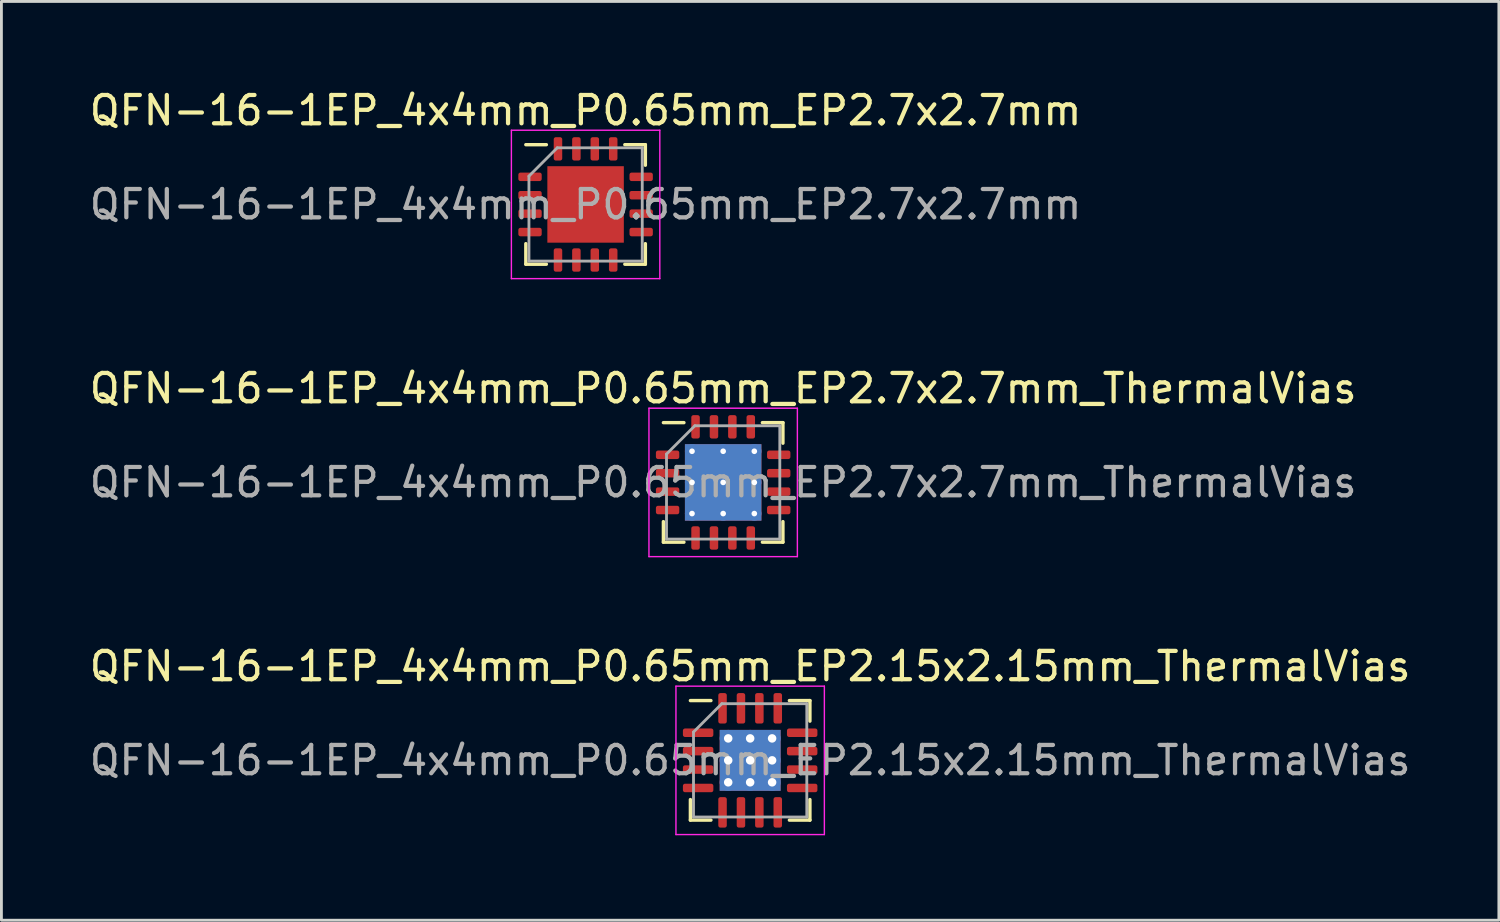
<source format=kicad_pcb>
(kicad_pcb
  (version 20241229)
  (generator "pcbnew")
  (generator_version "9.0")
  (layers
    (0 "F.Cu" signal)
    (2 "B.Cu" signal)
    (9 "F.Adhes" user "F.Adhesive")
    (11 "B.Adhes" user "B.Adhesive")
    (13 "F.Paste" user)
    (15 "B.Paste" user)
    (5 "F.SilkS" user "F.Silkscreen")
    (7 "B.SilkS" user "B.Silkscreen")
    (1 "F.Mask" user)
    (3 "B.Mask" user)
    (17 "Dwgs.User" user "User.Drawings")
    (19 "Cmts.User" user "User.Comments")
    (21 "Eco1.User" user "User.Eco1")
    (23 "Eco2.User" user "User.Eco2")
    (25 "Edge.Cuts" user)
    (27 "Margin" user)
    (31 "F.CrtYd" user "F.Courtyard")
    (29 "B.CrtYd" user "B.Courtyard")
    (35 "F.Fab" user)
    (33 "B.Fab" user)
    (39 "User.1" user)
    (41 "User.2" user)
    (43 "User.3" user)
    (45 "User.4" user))
  (footprint "QFN-16-1EP_4x4mm_P0.65mm_EP2.7x2.7mm_ThermalVias"
    (layer "F.Cu")
    (at 22.482 13.982)
    (property "Reference" "QFN-16-1EP_4x4mm_P0.65mm_EP2.7x2.7mm_ThermalVias" (at 0 -3.32 0) (layer "F.SilkS") (effects (font (size 1 1) (thickness 0.15))))
    (attr smd)
    (fp_line (start -2.11 2.11) (end -2.11 1.385) (stroke (width 0.12) (type solid)) (layer "F.SilkS"))
    (fp_line (start -1.385 -2.11) (end -2.11 -2.11) (stroke (width 0.12) (type solid)) (layer "F.SilkS"))
    (fp_line (start -1.385 2.11) (end -2.11 2.11) (stroke (width 0.12) (type solid)) (layer "F.SilkS"))
    (fp_line (start 1.385 -2.11) (end 2.11 -2.11) (stroke (width 0.12) (type solid)) (layer "F.SilkS"))
    (fp_line (start 1.385 2.11) (end 2.11 2.11) (stroke (width 0.12) (type solid)) (layer "F.SilkS"))
    (fp_line (start 2.11 -2.11) (end 2.11 -1.385) (stroke (width 0.12) (type solid)) (layer "F.SilkS"))
    (fp_line (start 2.11 2.11) (end 2.11 1.385) (stroke (width 0.12) (type solid)) (layer "F.SilkS"))
    (fp_line (start -2.62 -2.62) (end -2.62 2.62) (stroke (width 0.05) (type solid)) (layer "F.CrtYd"))
    (fp_line (start -2.62 2.62) (end 2.62 2.62) (stroke (width 0.05) (type solid)) (layer "F.CrtYd"))
    (fp_line (start 2.62 -2.62) (end -2.62 -2.62) (stroke (width 0.05) (type solid)) (layer "F.CrtYd"))
    (fp_line (start 2.62 2.62) (end 2.62 -2.62) (stroke (width 0.05) (type solid)) (layer "F.CrtYd"))
    (fp_line (start -2 -1) (end -1 -2) (stroke (width 0.1) (type solid)) (layer "F.Fab"))
    (fp_line (start -2 2) (end -2 -1) (stroke (width 0.1) (type solid)) (layer "F.Fab"))
    (fp_line (start -1 -2) (end 2 -2) (stroke (width 0.1) (type solid)) (layer "F.Fab"))
    (fp_line (start 2 -2) (end 2 2) (stroke (width 0.1) (type solid)) (layer "F.Fab"))
    (fp_line (start 2 2) (end -2 2) (stroke (width 0.1) (type solid)) (layer "F.Fab"))
    (fp_text user "${REFERENCE}" (at 0 0 0) (layer "F.Fab") (effects (font (size 1 1) (thickness 0.15))))
    (pad "" smd roundrect (at -0.675 -0.675) (size 1.17 1.17) (layers "F.Paste") (roundrect_rratio 0.214))
    (pad "" smd roundrect (at -0.675 0.675) (size 1.17 1.17) (layers "F.Paste") (roundrect_rratio 0.214))
    (pad "" smd roundrect (at 0.675 -0.675) (size 1.17 1.17) (layers "F.Paste") (roundrect_rratio 0.214))
    (pad "" smd roundrect (at 0.675 0.675) (size 1.17 1.17) (layers "F.Paste") (roundrect_rratio 0.214))
    (pad "1" smd roundrect (at -1.962 -0.975) (size 0.825 0.3) (layers "F.Cu" "F.Mask" "F.Paste") (roundrect_rratio 0.25))
    (pad "2" smd roundrect (at -1.962 -0.325) (size 0.825 0.3) (layers "F.Cu" "F.Mask" "F.Paste") (roundrect_rratio 0.25))
    (pad "3" smd roundrect (at -1.962 0.325) (size 0.825 0.3) (layers "F.Cu" "F.Mask" "F.Paste") (roundrect_rratio 0.25))
    (pad "4" smd roundrect (at -1.962 0.975) (size 0.825 0.3) (layers "F.Cu" "F.Mask" "F.Paste") (roundrect_rratio 0.25))
    (pad "5" smd roundrect (at -0.975 1.962) (size 0.3 0.825) (layers "F.Cu" "F.Mask" "F.Paste") (roundrect_rratio 0.25))
    (pad "6" smd roundrect (at -0.325 1.962) (size 0.3 0.825) (layers "F.Cu" "F.Mask" "F.Paste") (roundrect_rratio 0.25))
    (pad "7" smd roundrect (at 0.325 1.962) (size 0.3 0.825) (layers "F.Cu" "F.Mask" "F.Paste") (roundrect_rratio 0.25))
    (pad "8" smd roundrect (at 0.975 1.962) (size 0.3 0.825) (layers "F.Cu" "F.Mask" "F.Paste") (roundrect_rratio 0.25))
    (pad "9" smd roundrect (at 1.962 0.975) (size 0.825 0.3) (layers "F.Cu" "F.Mask" "F.Paste") (roundrect_rratio 0.25))
    (pad "10" smd roundrect (at 1.962 0.325) (size 0.825 0.3) (layers "F.Cu" "F.Mask" "F.Paste") (roundrect_rratio 0.25))
    (pad "11" smd roundrect (at 1.962 -0.325) (size 0.825 0.3) (layers "F.Cu" "F.Mask" "F.Paste") (roundrect_rratio 0.25))
    (pad "12" smd roundrect (at 1.962 -0.975) (size 0.825 0.3) (layers "F.Cu" "F.Mask" "F.Paste") (roundrect_rratio 0.25))
    (pad "13" smd roundrect (at 0.975 -1.962) (size 0.3 0.825) (layers "F.Cu" "F.Mask" "F.Paste") (roundrect_rratio 0.25))
    (pad "14" smd roundrect (at 0.325 -1.962) (size 0.3 0.825) (layers "F.Cu" "F.Mask" "F.Paste") (roundrect_rratio 0.25))
    (pad "15" smd roundrect (at -0.325 -1.962) (size 0.3 0.825) (layers "F.Cu" "F.Mask" "F.Paste") (roundrect_rratio 0.25))
    (pad "16" smd roundrect (at -0.975 -1.962) (size 0.3 0.825) (layers "F.Cu" "F.Mask" "F.Paste") (roundrect_rratio 0.25))
    (pad "17" thru_hole circle (at -1.1 -1.1) (size 0.5 0.5) (drill 0.2) (layers "*.Cu"))
    (pad "17" thru_hole circle (at -1.1 0) (size 0.5 0.5) (drill 0.2) (layers "*.Cu"))
    (pad "17" thru_hole circle (at -1.1 1.1) (size 0.5 0.5) (drill 0.2) (layers "*.Cu"))
    (pad "17" thru_hole circle (at 0 -1.1) (size 0.5 0.5) (drill 0.2) (layers "*.Cu"))
    (pad "17" thru_hole circle (at 0 0) (size 0.5 0.5) (drill 0.2) (layers "*.Cu"))
    (pad "17" smd rect (at 0 0) (size 2.7 2.7) (layers "F.Cu" "F.Mask"))
    (pad "17" smd rect (at 0 0) (size 2.7 2.7) (layers "B.Cu"))
    (pad "17" thru_hole circle (at 0 1.1) (size 0.5 0.5) (drill 0.2) (layers "*.Cu"))
    (pad "17" thru_hole circle (at 1.1 -1.1) (size 0.5 0.5) (drill 0.2) (layers "*.Cu"))
    (pad "17" thru_hole circle (at 1.1 0) (size 0.5 0.5) (drill 0.2) (layers "*.Cu"))
    (pad "17" thru_hole circle (at 1.1 1.1) (size 0.5 0.5) (drill 0.2) (layers "*.Cu")))
  (footprint "QFN-16-1EP_4x4mm_P0.65mm_EP2.7x2.7mm"
    (layer "F.Cu")
    (at 17.625 4.168)
    (property "Reference" "QFN-16-1EP_4x4mm_P0.65mm_EP2.7x2.7mm" (at 0 -3.32 0) (layer "F.SilkS") (effects (font (size 1 1) (thickness 0.15))))
    (attr smd)
    (fp_line (start -2.11 2.11) (end -2.11 1.385) (stroke (width 0.12) (type solid)) (layer "F.SilkS"))
    (fp_line (start -1.385 -2.11) (end -2.11 -2.11) (stroke (width 0.12) (type solid)) (layer "F.SilkS"))
    (fp_line (start -1.385 2.11) (end -2.11 2.11) (stroke (width 0.12) (type solid)) (layer "F.SilkS"))
    (fp_line (start 1.385 -2.11) (end 2.11 -2.11) (stroke (width 0.12) (type solid)) (layer "F.SilkS"))
    (fp_line (start 1.385 2.11) (end 2.11 2.11) (stroke (width 0.12) (type solid)) (layer "F.SilkS"))
    (fp_line (start 2.11 -2.11) (end 2.11 -1.385) (stroke (width 0.12) (type solid)) (layer "F.SilkS"))
    (fp_line (start 2.11 2.11) (end 2.11 1.385) (stroke (width 0.12) (type solid)) (layer "F.SilkS"))
    (fp_line (start -2.62 -2.62) (end -2.62 2.62) (stroke (width 0.05) (type solid)) (layer "F.CrtYd"))
    (fp_line (start -2.62 2.62) (end 2.62 2.62) (stroke (width 0.05) (type solid)) (layer "F.CrtYd"))
    (fp_line (start 2.62 -2.62) (end -2.62 -2.62) (stroke (width 0.05) (type solid)) (layer "F.CrtYd"))
    (fp_line (start 2.62 2.62) (end 2.62 -2.62) (stroke (width 0.05) (type solid)) (layer "F.CrtYd"))
    (fp_line (start -2 -1) (end -1 -2) (stroke (width 0.1) (type solid)) (layer "F.Fab"))
    (fp_line (start -2 2) (end -2 -1) (stroke (width 0.1) (type solid)) (layer "F.Fab"))
    (fp_line (start -1 -2) (end 2 -2) (stroke (width 0.1) (type solid)) (layer "F.Fab"))
    (fp_line (start 2 -2) (end 2 2) (stroke (width 0.1) (type solid)) (layer "F.Fab"))
    (fp_line (start 2 2) (end -2 2) (stroke (width 0.1) (type solid)) (layer "F.Fab"))
    (fp_text user "${REFERENCE}" (at 0 0 0) (layer "F.Fab") (effects (font (size 1 1) (thickness 0.15))))
    (pad "" smd roundrect (at -0.675 -0.675) (size 1.09 1.09) (layers "F.Paste") (roundrect_rratio 0.229))
    (pad "" smd roundrect (at -0.675 0.675) (size 1.09 1.09) (layers "F.Paste") (roundrect_rratio 0.229))
    (pad "" smd roundrect (at 0.675 -0.675) (size 1.09 1.09) (layers "F.Paste") (roundrect_rratio 0.229))
    (pad "" smd roundrect (at 0.675 0.675) (size 1.09 1.09) (layers "F.Paste") (roundrect_rratio 0.229))
    (pad "1" smd roundrect (at -1.962 -0.975) (size 0.825 0.3) (layers "F.Cu" "F.Mask" "F.Paste") (roundrect_rratio 0.25))
    (pad "2" smd roundrect (at -1.962 -0.325) (size 0.825 0.3) (layers "F.Cu" "F.Mask" "F.Paste") (roundrect_rratio 0.25))
    (pad "3" smd roundrect (at -1.962 0.325) (size 0.825 0.3) (layers "F.Cu" "F.Mask" "F.Paste") (roundrect_rratio 0.25))
    (pad "4" smd roundrect (at -1.962 0.975) (size 0.825 0.3) (layers "F.Cu" "F.Mask" "F.Paste") (roundrect_rratio 0.25))
    (pad "5" smd roundrect (at -0.975 1.962) (size 0.3 0.825) (layers "F.Cu" "F.Mask" "F.Paste") (roundrect_rratio 0.25))
    (pad "6" smd roundrect (at -0.325 1.962) (size 0.3 0.825) (layers "F.Cu" "F.Mask" "F.Paste") (roundrect_rratio 0.25))
    (pad "7" smd roundrect (at 0.325 1.962) (size 0.3 0.825) (layers "F.Cu" "F.Mask" "F.Paste") (roundrect_rratio 0.25))
    (pad "8" smd roundrect (at 0.975 1.962) (size 0.3 0.825) (layers "F.Cu" "F.Mask" "F.Paste") (roundrect_rratio 0.25))
    (pad "9" smd roundrect (at 1.962 0.975) (size 0.825 0.3) (layers "F.Cu" "F.Mask" "F.Paste") (roundrect_rratio 0.25))
    (pad "10" smd roundrect (at 1.962 0.325) (size 0.825 0.3) (layers "F.Cu" "F.Mask" "F.Paste") (roundrect_rratio 0.25))
    (pad "11" smd roundrect (at 1.962 -0.325) (size 0.825 0.3) (layers "F.Cu" "F.Mask" "F.Paste") (roundrect_rratio 0.25))
    (pad "12" smd roundrect (at 1.962 -0.975) (size 0.825 0.3) (layers "F.Cu" "F.Mask" "F.Paste") (roundrect_rratio 0.25))
    (pad "13" smd roundrect (at 0.975 -1.962) (size 0.3 0.825) (layers "F.Cu" "F.Mask" "F.Paste") (roundrect_rratio 0.25))
    (pad "14" smd roundrect (at 0.325 -1.962) (size 0.3 0.825) (layers "F.Cu" "F.Mask" "F.Paste") (roundrect_rratio 0.25))
    (pad "15" smd roundrect (at -0.325 -1.962) (size 0.3 0.825) (layers "F.Cu" "F.Mask" "F.Paste") (roundrect_rratio 0.25))
    (pad "16" smd roundrect (at -0.975 -1.962) (size 0.3 0.825) (layers "F.Cu" "F.Mask" "F.Paste") (roundrect_rratio 0.25))
    (pad "17" smd rect (at 0 0) (size 2.7 2.7) (layers "F.Cu" "F.Mask")))
  (footprint "QFN-16-1EP_4x4mm_P0.65mm_EP2.15x2.15mm_ThermalVias"
    (layer "F.Cu")
    (at 23.435 23.795)
    (property "Reference" "QFN-16-1EP_4x4mm_P0.65mm_EP2.15x2.15mm_ThermalVias" (at 0 -3.32 0) (layer "F.SilkS") (effects (font (size 1 1) (thickness 0.15))))
    (attr smd)
    (fp_line (start -2.11 2.11) (end -2.11 1.385) (stroke (width 0.12) (type solid)) (layer "F.SilkS"))
    (fp_line (start -1.385 -2.11) (end -2.11 -2.11) (stroke (width 0.12) (type solid)) (layer "F.SilkS"))
    (fp_line (start -1.385 2.11) (end -2.11 2.11) (stroke (width 0.12) (type solid)) (layer "F.SilkS"))
    (fp_line (start 1.385 -2.11) (end 2.11 -2.11) (stroke (width 0.12) (type solid)) (layer "F.SilkS"))
    (fp_line (start 1.385 2.11) (end 2.11 2.11) (stroke (width 0.12) (type solid)) (layer "F.SilkS"))
    (fp_line (start 2.11 -2.11) (end 2.11 -1.385) (stroke (width 0.12) (type solid)) (layer "F.SilkS"))
    (fp_line (start 2.11 2.11) (end 2.11 1.385) (stroke (width 0.12) (type solid)) (layer "F.SilkS"))
    (fp_line (start -2.62 -2.62) (end -2.62 2.62) (stroke (width 0.05) (type solid)) (layer "F.CrtYd"))
    (fp_line (start -2.62 2.62) (end 2.62 2.62) (stroke (width 0.05) (type solid)) (layer "F.CrtYd"))
    (fp_line (start 2.62 -2.62) (end -2.62 -2.62) (stroke (width 0.05) (type solid)) (layer "F.CrtYd"))
    (fp_line (start 2.62 2.62) (end 2.62 -2.62) (stroke (width 0.05) (type solid)) (layer "F.CrtYd"))
    (fp_line (start -2 -1) (end -1 -2) (stroke (width 0.1) (type solid)) (layer "F.Fab"))
    (fp_line (start -2 2) (end -2 -1) (stroke (width 0.1) (type solid)) (layer "F.Fab"))
    (fp_line (start -1 -2) (end 2 -2) (stroke (width 0.1) (type solid)) (layer "F.Fab"))
    (fp_line (start 2 -2) (end 2 2) (stroke (width 0.1) (type solid)) (layer "F.Fab"))
    (fp_line (start 2 2) (end -2 2) (stroke (width 0.1) (type solid)) (layer "F.Fab"))
    (fp_text user "${REFERENCE}" (at 0 0 0) (layer "F.Fab") (effects (font (size 1 1) (thickness 0.15))))
    (pad "" smd roundrect (at -0.54 -0.54) (size 0.93 0.93) (layers "F.Paste") (roundrect_rratio 0.25))
    (pad "" smd roundrect (at -0.54 0.54) (size 0.93 0.93) (layers "F.Paste") (roundrect_rratio 0.25))
    (pad "" smd roundrect (at 0.54 -0.54) (size 0.93 0.93) (layers "F.Paste") (roundrect_rratio 0.25))
    (pad "" smd roundrect (at 0.54 0.54) (size 0.93 0.93) (layers "F.Paste") (roundrect_rratio 0.25))
    (pad "1" smd roundrect (at -1.837 -0.975) (size 1.075 0.3) (layers "F.Cu" "F.Mask" "F.Paste") (roundrect_rratio 0.25))
    (pad "2" smd roundrect (at -1.837 -0.325) (size 1.075 0.3) (layers "F.Cu" "F.Mask" "F.Paste") (roundrect_rratio 0.25))
    (pad "3" smd roundrect (at -1.837 0.325) (size 1.075 0.3) (layers "F.Cu" "F.Mask" "F.Paste") (roundrect_rratio 0.25))
    (pad "4" smd roundrect (at -1.837 0.975) (size 1.075 0.3) (layers "F.Cu" "F.Mask" "F.Paste") (roundrect_rratio 0.25))
    (pad "5" smd roundrect (at -0.975 1.837) (size 0.3 1.075) (layers "F.Cu" "F.Mask" "F.Paste") (roundrect_rratio 0.25))
    (pad "6" smd roundrect (at -0.325 1.837) (size 0.3 1.075) (layers "F.Cu" "F.Mask" "F.Paste") (roundrect_rratio 0.25))
    (pad "7" smd roundrect (at 0.325 1.837) (size 0.3 1.075) (layers "F.Cu" "F.Mask" "F.Paste") (roundrect_rratio 0.25))
    (pad "8" smd roundrect (at 0.975 1.837) (size 0.3 1.075) (layers "F.Cu" "F.Mask" "F.Paste") (roundrect_rratio 0.25))
    (pad "9" smd roundrect (at 1.837 0.975) (size 1.075 0.3) (layers "F.Cu" "F.Mask" "F.Paste") (roundrect_rratio 0.25))
    (pad "10" smd roundrect (at 1.837 0.325) (size 1.075 0.3) (layers "F.Cu" "F.Mask" "F.Paste") (roundrect_rratio 0.25))
    (pad "11" smd roundrect (at 1.837 -0.325) (size 1.075 0.3) (layers "F.Cu" "F.Mask" "F.Paste") (roundrect_rratio 0.25))
    (pad "12" smd roundrect (at 1.837 -0.975) (size 1.075 0.3) (layers "F.Cu" "F.Mask" "F.Paste") (roundrect_rratio 0.25))
    (pad "13" smd roundrect (at 0.975 -1.837) (size 0.3 1.075) (layers "F.Cu" "F.Mask" "F.Paste") (roundrect_rratio 0.25))
    (pad "14" smd roundrect (at 0.325 -1.837) (size 0.3 1.075) (layers "F.Cu" "F.Mask" "F.Paste") (roundrect_rratio 0.25))
    (pad "15" smd roundrect (at -0.325 -1.837) (size 0.3 1.075) (layers "F.Cu" "F.Mask" "F.Paste") (roundrect_rratio 0.25))
    (pad "16" smd roundrect (at -0.975 -1.837) (size 0.3 1.075) (layers "F.Cu" "F.Mask" "F.Paste") (roundrect_rratio 0.25))
    (pad "17" thru_hole circle (at -0.775 -0.775) (size 0.6 0.6) (drill 0.3) (layers "*.Cu"))
    (pad "17" thru_hole circle (at -0.775 0) (size 0.6 0.6) (drill 0.3) (layers "*.Cu"))
    (pad "17" thru_hole circle (at -0.775 0.775) (size 0.6 0.6) (drill 0.3) (layers "*.Cu"))
    (pad "17" thru_hole circle (at 0 -0.775) (size 0.6 0.6) (drill 0.3) (layers "*.Cu"))
    (pad "17" thru_hole circle (at 0 0) (size 0.6 0.6) (drill 0.3) (layers "*.Cu"))
    (pad "17" smd rect (at 0 0) (size 2.15 2.15) (layers "F.Cu" "F.Mask"))
    (pad "17" smd rect (at 0 0) (size 2.15 2.15) (layers "B.Cu"))
    (pad "17" thru_hole circle (at 0 0.775) (size 0.6 0.6) (drill 0.3) (layers "*.Cu"))
    (pad "17" thru_hole circle (at 0.775 -0.775) (size 0.6 0.6) (drill 0.3) (layers "*.Cu"))
    (pad "17" thru_hole circle (at 0.775 0) (size 0.6 0.6) (drill 0.3) (layers "*.Cu"))
    (pad "17" thru_hole circle (at 0.775 0.775) (size 0.6 0.6) (drill 0.3) (layers "*.Cu")))
  (gr_rect
    (start -3 -3)
    (end 49.869 29.44)
    (stroke (width 0.1) (type default))
    (fill no)
    (layer "Edge.Cuts")))
</source>
